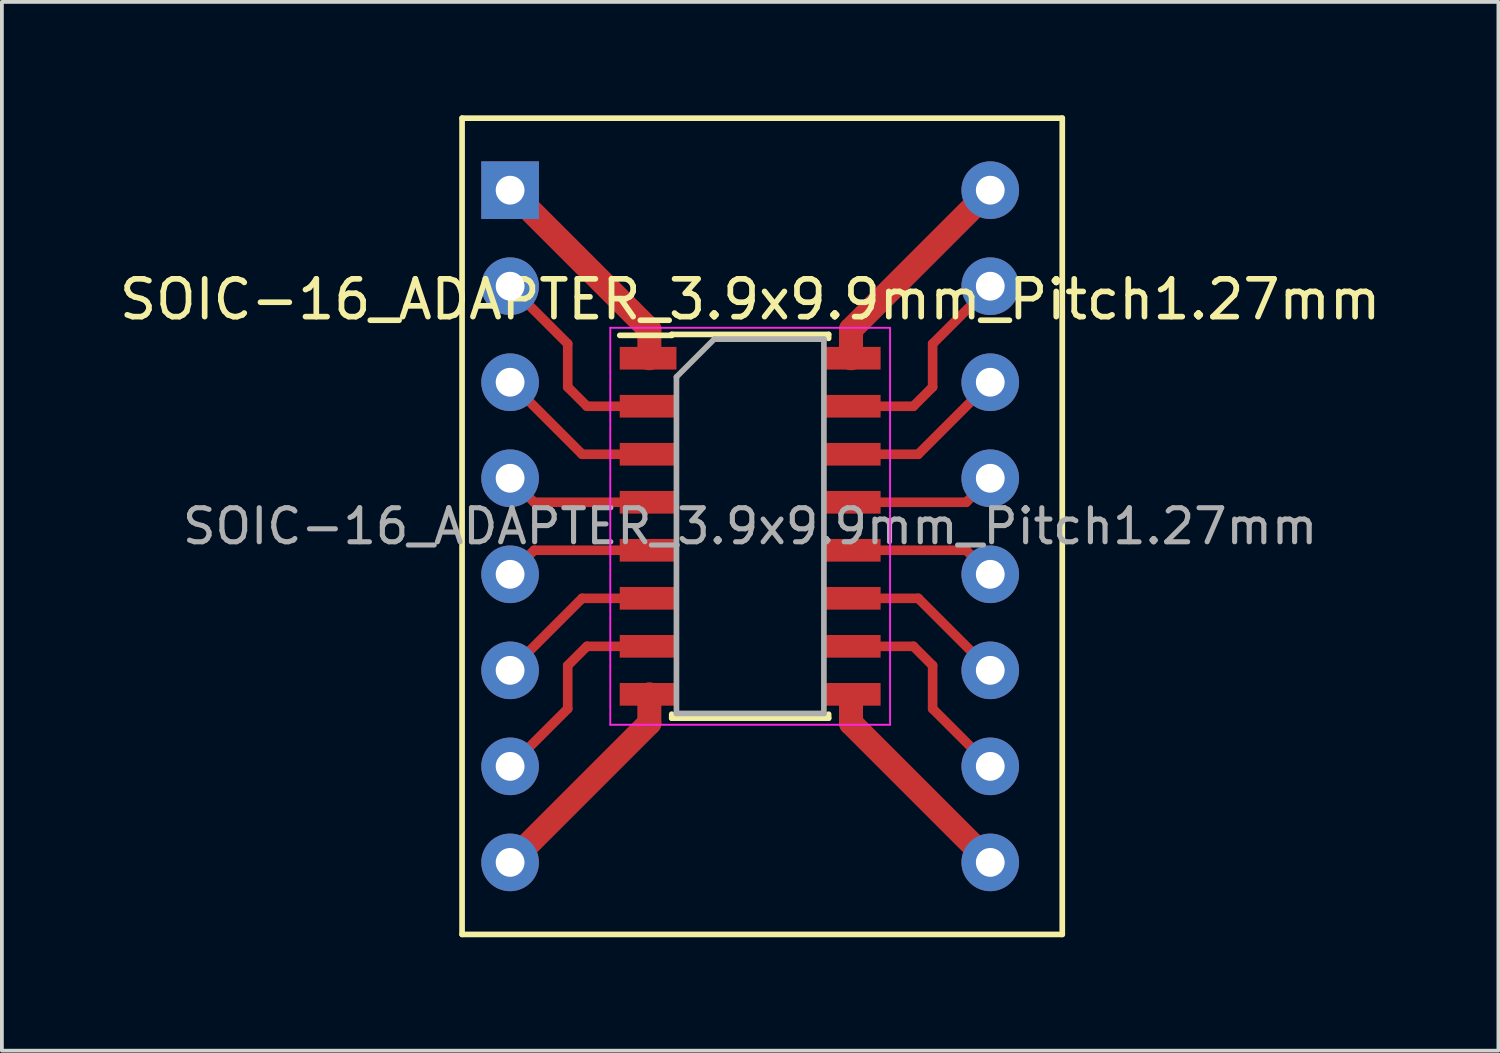
<source format=kicad_pcb>
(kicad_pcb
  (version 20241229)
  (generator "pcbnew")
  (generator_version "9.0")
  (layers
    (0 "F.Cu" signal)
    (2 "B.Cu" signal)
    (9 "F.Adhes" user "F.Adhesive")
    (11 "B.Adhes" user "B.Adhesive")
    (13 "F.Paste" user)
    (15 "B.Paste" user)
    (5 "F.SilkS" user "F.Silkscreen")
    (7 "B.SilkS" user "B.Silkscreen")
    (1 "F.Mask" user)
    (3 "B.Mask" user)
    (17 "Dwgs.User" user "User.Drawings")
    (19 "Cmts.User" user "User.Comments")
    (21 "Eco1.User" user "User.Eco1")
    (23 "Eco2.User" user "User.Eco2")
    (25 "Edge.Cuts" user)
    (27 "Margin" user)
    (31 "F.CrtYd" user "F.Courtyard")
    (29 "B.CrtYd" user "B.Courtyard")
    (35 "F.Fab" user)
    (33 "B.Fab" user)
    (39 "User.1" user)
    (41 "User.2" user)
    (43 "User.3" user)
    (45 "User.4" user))
  (footprint "SOIC-16_ADAPTER_3.9x9.9mm_Pitch1.27mm"
    (layer "F.Cu")
    (at 16.792 10.87)
    (property "Reference" "SOIC-16_ADAPTER_3.9x9.9mm_Pitch1.27mm" (at 0 -6 0) (layer "F.SilkS") (effects (font (size 1 1) (thickness 0.15))))
    (attr smd)
    (fp_line (start -5.969 -3.429) (end -4.445 -1.905) (stroke (width 0.254) (type solid)) (layer "F.Cu"))
    (fp_line (start -5.969 5.969) (end -4.826 4.826) (stroke (width 0.254) (type solid)) (layer "F.Cu"))
    (fp_line (start -5.969 8.509) (end -2.667 5.207) (stroke (width 0.635) (type solid)) (layer "F.Cu"))
    (fp_line (start -5.842 -8.382) (end -2.667 -5.207) (stroke (width 0.635) (type solid)) (layer "F.Cu"))
    (fp_line (start -5.715 -0.635) (end -5.969 -0.889) (stroke (width 0.254) (type solid)) (layer "F.Cu"))
    (fp_line (start -5.715 0.635) (end -5.969 0.889) (stroke (width 0.254) (type solid)) (layer "F.Cu"))
    (fp_line (start -4.826 -4.826) (end -5.969 -5.969) (stroke (width 0.254) (type solid)) (layer "F.Cu"))
    (fp_line (start -4.826 -3.683) (end -4.826 -4.826) (stroke (width 0.254) (type solid)) (layer "F.Cu"))
    (fp_line (start -4.826 4.826) (end -4.826 3.683) (stroke (width 0.254) (type solid)) (layer "F.Cu"))
    (fp_line (start -4.445 -1.905) (end -3.302 -1.905) (stroke (width 0.254) (type solid)) (layer "F.Cu"))
    (fp_line (start -4.445 1.905) (end -5.969 3.429) (stroke (width 0.254) (type solid)) (layer "F.Cu"))
    (fp_line (start -4.445 1.905) (end -3.302 1.905) (stroke (width 0.254) (type solid)) (layer "F.Cu"))
    (fp_line (start -4.318 -3.175) (end -4.826 -3.683) (stroke (width 0.254) (type solid)) (layer "F.Cu"))
    (fp_line (start -4.318 3.175) (end -4.826 3.683) (stroke (width 0.254) (type solid)) (layer "F.Cu"))
    (fp_line (start -3.302 -3.175) (end -4.318 -3.175) (stroke (width 0.254) (type solid)) (layer "F.Cu"))
    (fp_line (start -3.302 -3.175) (end -2.794 -3.175) (stroke (width 0.254) (type solid)) (layer "F.Cu"))
    (fp_line (start -3.302 -0.635) (end -5.715 -0.635) (stroke (width 0.254) (type solid)) (layer "F.Cu"))
    (fp_line (start -3.302 0.635) (end -5.715 0.635) (stroke (width 0.254) (type solid)) (layer "F.Cu"))
    (fp_line (start -3.302 3.175) (end -4.318 3.175) (stroke (width 0.254) (type solid)) (layer "F.Cu"))
    (fp_line (start -3.175 -1.905) (end -2.794 -1.905) (stroke (width 0.254) (type solid)) (layer "F.Cu"))
    (fp_line (start -3.175 1.905) (end -2.667 1.905) (stroke (width 0.254) (type solid)) (layer "F.Cu"))
    (fp_line (start -2.794 3.175) (end -3.302 3.175) (stroke (width 0.254) (type solid)) (layer "F.Cu"))
    (fp_line (start -2.667 -4.445) (end -2.667 -5.207) (stroke (width 0.635) (type solid)) (layer "F.Cu"))
    (fp_line (start -2.667 5.207) (end -2.667 4.445) (stroke (width 0.635) (type solid)) (layer "F.Cu"))
    (fp_line (start 2.667 -5.207) (end 2.667 -4.445) (stroke (width 0.635) (type solid)) (layer "F.Cu"))
    (fp_line (start 2.667 4.699) (end 2.667 5.207) (stroke (width 0.635) (type solid)) (layer "F.Cu"))
    (fp_line (start 2.667 5.207) (end 5.969 8.509) (stroke (width 0.635) (type solid)) (layer "F.Cu"))
    (fp_line (start 3.175 -1.905) (end 2.667 -1.905) (stroke (width 0.254) (type solid)) (layer "F.Cu"))
    (fp_line (start 3.175 1.905) (end 2.667 1.905) (stroke (width 0.254) (type solid)) (layer "F.Cu"))
    (fp_line (start 3.302 -3.175) (end 4.318 -3.175) (stroke (width 0.254) (type solid)) (layer "F.Cu"))
    (fp_line (start 3.302 -1.905) (end 4.445 -1.905) (stroke (width 0.254) (type solid)) (layer "F.Cu"))
    (fp_line (start 3.302 -0.635) (end 5.715 -0.635) (stroke (width 0.254) (type solid)) (layer "F.Cu"))
    (fp_line (start 3.302 0.635) (end 5.715 0.635) (stroke (width 0.254) (type solid)) (layer "F.Cu"))
    (fp_line (start 3.302 1.905) (end 4.445 1.905) (stroke (width 0.254) (type solid)) (layer "F.Cu"))
    (fp_line (start 3.302 3.175) (end 4.318 3.175) (stroke (width 0.254) (type solid)) (layer "F.Cu"))
    (fp_line (start 4.318 -3.175) (end 4.826 -3.683) (stroke (width 0.254) (type solid)) (layer "F.Cu"))
    (fp_line (start 4.318 3.175) (end 4.826 3.683) (stroke (width 0.254) (type solid)) (layer "F.Cu"))
    (fp_line (start 4.445 -1.905) (end 5.969 -3.429) (stroke (width 0.254) (type solid)) (layer "F.Cu"))
    (fp_line (start 4.445 1.905) (end 5.969 3.429) (stroke (width 0.254) (type solid)) (layer "F.Cu"))
    (fp_line (start 4.826 -4.826) (end 5.969 -5.969) (stroke (width 0.254) (type solid)) (layer "F.Cu"))
    (fp_line (start 4.826 -3.683) (end 4.826 -4.826) (stroke (width 0.254) (type solid)) (layer "F.Cu"))
    (fp_line (start 4.826 3.683) (end 4.826 4.826) (stroke (width 0.254) (type solid)) (layer "F.Cu"))
    (fp_line (start 4.826 4.826) (end 5.969 5.969) (stroke (width 0.254) (type solid)) (layer "F.Cu"))
    (fp_line (start 5.715 -0.635) (end 5.969 -0.889) (stroke (width 0.254) (type solid)) (layer "F.Cu"))
    (fp_line (start 5.715 0.635) (end 5.969 0.889) (stroke (width 0.254) (type solid)) (layer "F.Cu"))
    (fp_line (start 5.969 -8.509) (end 2.667 -5.207) (stroke (width 0.635) (type solid)) (layer "F.Cu"))
    (fp_line (start -7.62 -10.795) (end -7.62 10.795) (stroke (width 0.15) (type solid)) (layer "F.SilkS"))
    (fp_line (start -7.62 10.795) (end 8.255 10.795) (stroke (width 0.15) (type solid)) (layer "F.SilkS"))
    (fp_line (start -2.075 -5.075) (end -2.075 -5.05) (stroke (width 0.15) (type solid)) (layer "F.SilkS"))
    (fp_line (start -2.075 -5.075) (end 2.075 -5.075) (stroke (width 0.15) (type solid)) (layer "F.SilkS"))
    (fp_line (start -2.075 -5.05) (end -3.45 -5.05) (stroke (width 0.15) (type solid)) (layer "F.SilkS"))
    (fp_line (start -2.075 5.075) (end -2.075 4.97) (stroke (width 0.15) (type solid)) (layer "F.SilkS"))
    (fp_line (start -2.075 5.075) (end 2.075 5.075) (stroke (width 0.15) (type solid)) (layer "F.SilkS"))
    (fp_line (start 2.075 -5.075) (end 2.075 -4.97) (stroke (width 0.15) (type solid)) (layer "F.SilkS"))
    (fp_line (start 2.075 5.075) (end 2.075 4.97) (stroke (width 0.15) (type solid)) (layer "F.SilkS"))
    (fp_line (start 8.255 -10.795) (end -7.62 -10.795) (stroke (width 0.15) (type solid)) (layer "F.SilkS"))
    (fp_line (start 8.255 10.795) (end 8.255 -10.795) (stroke (width 0.15) (type solid)) (layer "F.SilkS"))
    (fp_line (start -3.7 -5.25) (end -3.7 5.25) (stroke (width 0.05) (type solid)) (layer "F.CrtYd"))
    (fp_line (start -3.7 -5.25) (end 3.7 -5.25) (stroke (width 0.05) (type solid)) (layer "F.CrtYd"))
    (fp_line (start -3.7 5.25) (end 3.7 5.25) (stroke (width 0.05) (type solid)) (layer "F.CrtYd"))
    (fp_line (start 3.7 -5.25) (end 3.7 5.25) (stroke (width 0.05) (type solid)) (layer "F.CrtYd"))
    (fp_line (start -1.95 -3.95) (end -0.95 -4.95) (stroke (width 0.15) (type solid)) (layer "F.Fab"))
    (fp_line (start -1.95 4.95) (end -1.95 -3.95) (stroke (width 0.15) (type solid)) (layer "F.Fab"))
    (fp_line (start -0.95 -4.95) (end 1.95 -4.95) (stroke (width 0.15) (type solid)) (layer "F.Fab"))
    (fp_line (start 1.95 -4.95) (end 1.95 4.95) (stroke (width 0.15) (type solid)) (layer "F.Fab"))
    (fp_line (start 1.95 4.95) (end -1.95 4.95) (stroke (width 0.15) (type solid)) (layer "F.Fab"))
    (fp_text user "${REFERENCE}" (at 0 0 0) (layer "F.Fab") (effects (font (size 0.9 0.9) (thickness 0.135))))
    (pad "1" thru_hole rect (at -6.35 -8.89) (size 1.524 1.524) (drill 0.762) (layers "*.Cu" "*.Mask"))
    (pad "1" smd rect (at -2.7 -4.445) (size 1.5 0.6) (layers "F.Cu" "F.Mask" "F.Paste"))
    (pad "2" thru_hole circle (at -6.35 -6.35) (size 1.524 1.524) (drill 0.762) (layers "*.Cu" "*.Mask"))
    (pad "2" smd rect (at -2.7 -3.175) (size 1.5 0.6) (layers "F.Cu" "F.Mask" "F.Paste"))
    (pad "3" thru_hole circle (at -6.35 -3.81) (size 1.524 1.524) (drill 0.762) (layers "*.Cu" "*.Mask"))
    (pad "3" smd rect (at -2.7 -1.905) (size 1.5 0.6) (layers "F.Cu" "F.Mask" "F.Paste"))
    (pad "4" thru_hole circle (at -6.35 -1.27) (size 1.524 1.524) (drill 0.762) (layers "*.Cu" "*.Mask"))
    (pad "4" smd rect (at -2.7 -0.635) (size 1.5 0.6) (layers "F.Cu" "F.Mask" "F.Paste"))
    (pad "5" thru_hole circle (at -6.35 1.27) (size 1.524 1.524) (drill 0.762) (layers "*.Cu" "*.Mask"))
    (pad "5" smd rect (at -2.7 0.635) (size 1.5 0.6) (layers "F.Cu" "F.Mask" "F.Paste"))
    (pad "6" thru_hole circle (at -6.35 3.81) (size 1.524 1.524) (drill 0.762) (layers "*.Cu" "*.Mask"))
    (pad "6" smd rect (at -2.7 1.905) (size 1.5 0.6) (layers "F.Cu" "F.Mask" "F.Paste"))
    (pad "7" thru_hole circle (at -6.35 6.35) (size 1.524 1.524) (drill 0.762) (layers "*.Cu" "*.Mask"))
    (pad "7" smd rect (at -2.7 3.175) (size 1.5 0.6) (layers "F.Cu" "F.Mask" "F.Paste"))
    (pad "8" thru_hole circle (at -6.35 8.89) (size 1.524 1.524) (drill 0.762) (layers "*.Cu" "*.Mask"))
    (pad "8" smd rect (at -2.7 4.445) (size 1.5 0.6) (layers "F.Cu" "F.Mask" "F.Paste"))
    (pad "9" smd rect (at 2.7 4.445) (size 1.5 0.6) (layers "F.Cu" "F.Mask" "F.Paste"))
    (pad "9" thru_hole circle (at 6.35 8.89) (size 1.524 1.524) (drill 0.762) (layers "*.Cu" "*.Mask"))
    (pad "10" smd rect (at 2.7 3.175) (size 1.5 0.6) (layers "F.Cu" "F.Mask" "F.Paste"))
    (pad "10" thru_hole circle (at 6.35 6.35) (size 1.524 1.524) (drill 0.762) (layers "*.Cu" "*.Mask"))
    (pad "11" smd rect (at 2.7 1.905) (size 1.5 0.6) (layers "F.Cu" "F.Mask" "F.Paste"))
    (pad "11" thru_hole circle (at 6.35 3.81) (size 1.524 1.524) (drill 0.762) (layers "*.Cu" "*.Mask"))
    (pad "12" smd rect (at 2.7 0.635) (size 1.5 0.6) (layers "F.Cu" "F.Mask" "F.Paste"))
    (pad "12" thru_hole circle (at 6.35 1.27) (size 1.524 1.524) (drill 0.762) (layers "*.Cu" "*.Mask"))
    (pad "13" smd rect (at 2.7 -0.635) (size 1.5 0.6) (layers "F.Cu" "F.Mask" "F.Paste"))
    (pad "13" thru_hole circle (at 6.35 -1.27) (size 1.524 1.524) (drill 0.762) (layers "*.Cu" "*.Mask"))
    (pad "14" smd rect (at 2.7 -1.905) (size 1.5 0.6) (layers "F.Cu" "F.Mask" "F.Paste"))
    (pad "14" thru_hole circle (at 6.35 -3.81) (size 1.524 1.524) (drill 0.762) (layers "*.Cu" "*.Mask"))
    (pad "15" smd rect (at 2.7 -3.175) (size 1.5 0.6) (layers "F.Cu" "F.Mask" "F.Paste"))
    (pad "15" thru_hole circle (at 6.35 -6.35) (size 1.524 1.524) (drill 0.762) (layers "*.Cu" "*.Mask"))
    (pad "16" smd rect (at 2.7 -4.445) (size 1.5 0.6) (layers "F.Cu" "F.Mask" "F.Paste"))
    (pad "16" thru_hole circle (at 6.35 -8.89) (size 1.524 1.524) (drill 0.762) (layers "*.Cu" "*.Mask")))
  (gr_rect
    (start -3 -3)
    (end 36.583 24.74)
    (stroke (width 0.1) (type default))
    (fill no)
    (layer "Edge.Cuts")))
</source>
